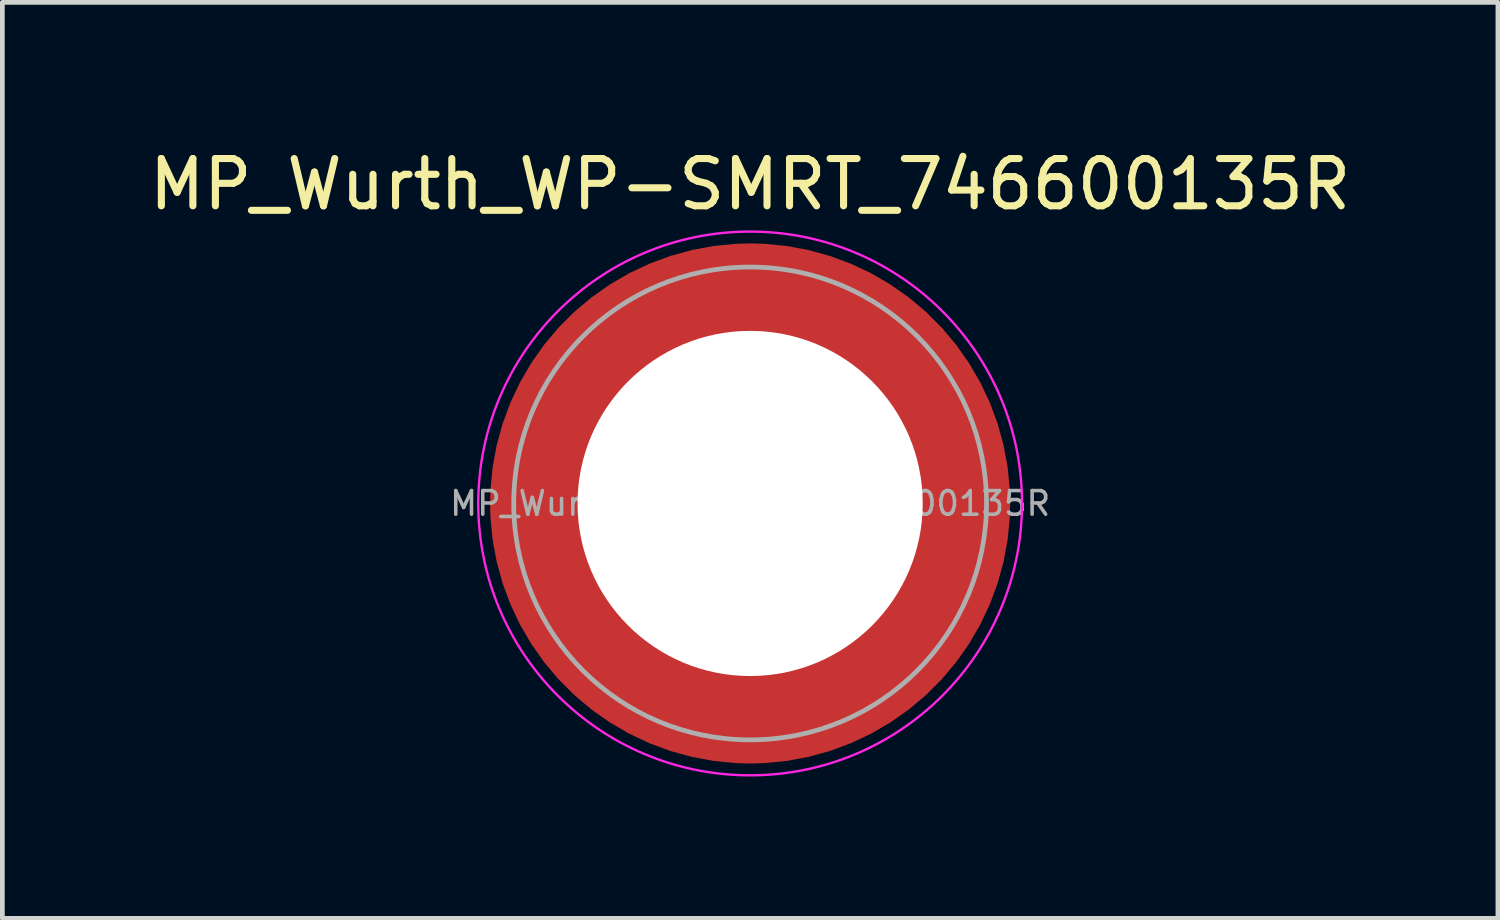
<source format=kicad_pcb>
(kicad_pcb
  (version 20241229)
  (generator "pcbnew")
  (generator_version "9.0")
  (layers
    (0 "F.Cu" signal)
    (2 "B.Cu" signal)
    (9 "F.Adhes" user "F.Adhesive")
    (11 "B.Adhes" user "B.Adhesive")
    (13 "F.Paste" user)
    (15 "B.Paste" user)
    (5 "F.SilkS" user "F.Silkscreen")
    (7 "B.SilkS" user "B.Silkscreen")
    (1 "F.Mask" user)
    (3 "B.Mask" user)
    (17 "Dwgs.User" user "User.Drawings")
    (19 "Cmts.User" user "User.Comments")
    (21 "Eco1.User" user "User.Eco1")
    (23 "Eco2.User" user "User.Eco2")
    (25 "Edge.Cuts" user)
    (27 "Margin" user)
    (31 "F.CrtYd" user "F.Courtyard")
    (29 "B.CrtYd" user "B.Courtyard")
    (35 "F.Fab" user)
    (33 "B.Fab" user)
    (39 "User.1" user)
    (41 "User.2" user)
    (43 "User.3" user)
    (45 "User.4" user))
  (footprint "MP_Wurth_WP-SMRT_746600135R"
    (layer "F.Cu")
    (at 12.815 7.598)
    (property "Reference" "MP_Wurth_WP-SMRT_746600135R" (at 0 -6.75 0) (unlocked yes) (layer "F.SilkS") (effects (font (size 1 1) (thickness 0.15))))
    (attr smd)
    (fp_poly (pts (xy -5.374 0.495) (xy -3.712 0.495) (xy -3.706 0.54) (xy -3.698 0.587) (xy -3.679 0.701) (xy -3.666 0.761) (xy -3.645 0.859) (xy -3.621 0.955) (xy -3.581 1.094) (xy -3.554 1.179) (xy -3.525 1.264) (xy -3.486 1.367) (xy -3.442 1.474) (xy -3.404 1.559) (xy -3.355 1.665) (xy -3.317 1.739) (xy -3.28 1.807) (xy -3.239 1.881) (xy -3.202 1.943) (xy -3.15 2.025) (xy -3.1 2.1) (xy -3.057 2.164) (xy -3.009 2.228) (xy -3.009 2.228) (xy -2.974 2.277) (xy -2.928 2.336) (xy -2.881 2.392) (xy -2.832 2.451) (xy -2.781 2.507) (xy -2.735 2.559) (xy -2.685 2.61) (xy -2.629 2.665) (xy -2.563 2.731) (xy -2.498 2.789) (xy -2.431 2.849) (xy -2.363 2.905) (xy -2.295 2.96) (xy -2.249 2.994) (xy -2.184 3.042) (xy -2.075 3.118) (xy -2.005 3.162) (xy -2.005 3.162) (xy -1.946 3.201) (xy -1.869 3.245) (xy -1.752 3.31) (xy -1.596 3.386) (xy -1.406 3.472) (xy -1.17 3.557) (xy -0.924 3.63) (xy -0.71 3.677) (xy -0.614 3.694) (xy -0.495 3.712) (xy -0.495 5.381) (xy -0.527 5.38) (xy -0.528 5.38) (xy -0.578 5.374) (xy -0.634 5.367) (xy -0.685 5.361) (xy -0.739 5.354) (xy -0.785 5.348) (xy -0.785 5.348) (xy -0.962 5.318) (xy -0.962 5.318) (xy -1.127 5.286) (xy -1.127 5.286) (xy -1.266 5.254) (xy -1.41 5.218) (xy -1.41 5.218) (xy -1.523 5.186) (xy -1.524 5.186) (xy -1.769 5.107) (xy -1.769 5.107) (xy -1.878 5.068) (xy -1.979 5.03) (xy -1.979 5.03) (xy -2.095 4.983) (xy -2.095 4.983) (xy -2.19 4.94) (xy -2.304 4.891) (xy -2.304 4.89) (xy -2.592 4.743) (xy -2.593 4.743) (xy -2.748 4.652) (xy -2.902 4.559) (xy -2.902 4.559) (xy -3.098 4.43) (xy -3.098 4.43) (xy -3.513 4.104) (xy -3.513 4.104) (xy -3.72 3.923) (xy -3.721 3.922) (xy -4.008 3.627) (xy -4.008 3.627) (xy -4.192 3.411) (xy -4.192 3.411) (xy -4.38 3.172) (xy -4.38 3.172) (xy -4.602 2.839) (xy -4.602 2.838) (xy -4.778 2.531) (xy -4.778 2.531) (xy -4.905 2.271) (xy -4.906 2.271) (xy -5.048 1.942) (xy -5.048 1.942) (xy -5.146 1.662) (xy -5.146 1.661) (xy -5.221 1.405) (xy -5.221 1.405) (xy -5.263 1.233) (xy -5.263 1.233) (xy -5.292 1.1) (xy -5.292 1.1) (xy -5.322 0.945) (xy -5.343 0.834) (xy -5.343 0.834) (xy -5.355 0.725) (xy -5.371 0.616) (xy -5.371 0.615) (xy -5.378 0.537) (xy -5.383 0.49)) (stroke (width 0) (type default)) (fill yes) (layer "F.Paste"))
    (fp_poly (pts (xy -0.495 -5.374) (xy -0.495 -3.712) (xy -0.54 -3.706) (xy -0.587 -3.698) (xy -0.701 -3.679) (xy -0.761 -3.666) (xy -0.859 -3.645) (xy -0.955 -3.621) (xy -1.094 -3.581) (xy -1.179 -3.554) (xy -1.264 -3.525) (xy -1.367 -3.486) (xy -1.474 -3.442) (xy -1.559 -3.404) (xy -1.665 -3.355) (xy -1.739 -3.317) (xy -1.807 -3.28) (xy -1.881 -3.239) (xy -1.943 -3.202) (xy -2.025 -3.15) (xy -2.1 -3.1) (xy -2.164 -3.057) (xy -2.228 -3.009) (xy -2.228 -3.009) (xy -2.277 -2.974) (xy -2.336 -2.928) (xy -2.392 -2.881) (xy -2.451 -2.832) (xy -2.507 -2.781) (xy -2.559 -2.735) (xy -2.61 -2.685) (xy -2.665 -2.629) (xy -2.731 -2.563) (xy -2.789 -2.498) (xy -2.849 -2.431) (xy -2.905 -2.363) (xy -2.96 -2.295) (xy -2.994 -2.249) (xy -3.042 -2.184) (xy -3.118 -2.075) (xy -3.162 -2.005) (xy -3.162 -2.005) (xy -3.201 -1.946) (xy -3.245 -1.869) (xy -3.31 -1.752) (xy -3.386 -1.596) (xy -3.472 -1.406) (xy -3.557 -1.17) (xy -3.63 -0.924) (xy -3.677 -0.71) (xy -3.694 -0.614) (xy -3.712 -0.495) (xy -5.381 -0.495) (xy -5.38 -0.527) (xy -5.38 -0.528) (xy -5.374 -0.578) (xy -5.367 -0.634) (xy -5.361 -0.685) (xy -5.354 -0.739) (xy -5.348 -0.785) (xy -5.348 -0.785) (xy -5.318 -0.962) (xy -5.318 -0.962) (xy -5.286 -1.127) (xy -5.286 -1.127) (xy -5.254 -1.266) (xy -5.218 -1.41) (xy -5.218 -1.41) (xy -5.186 -1.523) (xy -5.186 -1.524) (xy -5.107 -1.769) (xy -5.107 -1.769) (xy -5.068 -1.878) (xy -5.03 -1.979) (xy -5.03 -1.979) (xy -4.983 -2.095) (xy -4.983 -2.095) (xy -4.94 -2.19) (xy -4.891 -2.304) (xy -4.89 -2.304) (xy -4.743 -2.592) (xy -4.743 -2.593) (xy -4.652 -2.748) (xy -4.559 -2.902) (xy -4.559 -2.902) (xy -4.43 -3.098) (xy -4.43 -3.098) (xy -4.104 -3.513) (xy -4.104 -3.513) (xy -3.923 -3.72) (xy -3.922 -3.721) (xy -3.627 -4.008) (xy -3.627 -4.008) (xy -3.411 -4.192) (xy -3.411 -4.192) (xy -3.172 -4.38) (xy -3.172 -4.38) (xy -2.839 -4.602) (xy -2.838 -4.602) (xy -2.531 -4.778) (xy -2.531 -4.778) (xy -2.271 -4.905) (xy -2.271 -4.906) (xy -1.942 -5.048) (xy -1.942 -5.048) (xy -1.662 -5.146) (xy -1.661 -5.146) (xy -1.405 -5.221) (xy -1.405 -5.221) (xy -1.233 -5.263) (xy -1.233 -5.263) (xy -1.1 -5.292) (xy -1.1 -5.292) (xy -0.945 -5.322) (xy -0.834 -5.343) (xy -0.834 -5.343) (xy -0.725 -5.355) (xy -0.616 -5.371) (xy -0.615 -5.371) (xy -0.537 -5.378) (xy -0.49 -5.383)) (stroke (width 0) (type default)) (fill yes) (layer "F.Paste"))
    (fp_poly (pts (xy 0.527 -5.38) (xy 0.528 -5.38) (xy 0.578 -5.374) (xy 0.634 -5.367) (xy 0.685 -5.361) (xy 0.739 -5.354) (xy 0.785 -5.348) (xy 0.785 -5.348) (xy 0.962 -5.318) (xy 0.962 -5.318) (xy 1.127 -5.286) (xy 1.127 -5.286) (xy 1.266 -5.254) (xy 1.41 -5.218) (xy 1.41 -5.218) (xy 1.523 -5.186) (xy 1.524 -5.186) (xy 1.769 -5.107) (xy 1.769 -5.107) (xy 1.878 -5.068) (xy 1.979 -5.03) (xy 1.979 -5.03) (xy 2.095 -4.983) (xy 2.095 -4.983) (xy 2.19 -4.94) (xy 2.304 -4.891) (xy 2.304 -4.89) (xy 2.592 -4.743) (xy 2.593 -4.743) (xy 2.748 -4.652) (xy 2.902 -4.559) (xy 2.902 -4.559) (xy 3.098 -4.43) (xy 3.098 -4.43) (xy 3.513 -4.104) (xy 3.513 -4.104) (xy 3.72 -3.923) (xy 3.721 -3.922) (xy 4.008 -3.627) (xy 4.008 -3.627) (xy 4.192 -3.411) (xy 4.192 -3.411) (xy 4.38 -3.172) (xy 4.38 -3.172) (xy 4.602 -2.839) (xy 4.602 -2.838) (xy 4.778 -2.531) (xy 4.778 -2.531) (xy 4.905 -2.271) (xy 4.906 -2.271) (xy 5.048 -1.942) (xy 5.048 -1.942) (xy 5.146 -1.662) (xy 5.146 -1.661) (xy 5.221 -1.405) (xy 5.221 -1.405) (xy 5.263 -1.233) (xy 5.263 -1.233) (xy 5.292 -1.1) (xy 5.292 -1.1) (xy 5.322 -0.945) (xy 5.343 -0.834) (xy 5.343 -0.834) (xy 5.355 -0.725) (xy 5.371 -0.616) (xy 5.371 -0.615) (xy 5.378 -0.537) (xy 5.383 -0.49) (xy 5.374 -0.495) (xy 3.712 -0.495) (xy 3.706 -0.54) (xy 3.698 -0.587) (xy 3.679 -0.701) (xy 3.666 -0.761) (xy 3.645 -0.859) (xy 3.621 -0.955) (xy 3.581 -1.094) (xy 3.554 -1.179) (xy 3.525 -1.264) (xy 3.486 -1.367) (xy 3.442 -1.474) (xy 3.404 -1.559) (xy 3.355 -1.665) (xy 3.317 -1.739) (xy 3.28 -1.807) (xy 3.239 -1.881) (xy 3.202 -1.943) (xy 3.15 -2.025) (xy 3.1 -2.1) (xy 3.057 -2.164) (xy 3.009 -2.228) (xy 3.009 -2.228) (xy 2.974 -2.277) (xy 2.928 -2.336) (xy 2.881 -2.392) (xy 2.832 -2.451) (xy 2.781 -2.507) (xy 2.735 -2.559) (xy 2.685 -2.61) (xy 2.629 -2.665) (xy 2.563 -2.731) (xy 2.498 -2.789) (xy 2.431 -2.849) (xy 2.363 -2.905) (xy 2.295 -2.96) (xy 2.249 -2.994) (xy 2.184 -3.042) (xy 2.075 -3.118) (xy 2.005 -3.162) (xy 2.005 -3.162) (xy 1.946 -3.201) (xy 1.869 -3.245) (xy 1.752 -3.31) (xy 1.596 -3.386) (xy 1.406 -3.472) (xy 1.17 -3.557) (xy 0.924 -3.63) (xy 0.71 -3.677) (xy 0.614 -3.694) (xy 0.495 -3.712) (xy 0.495 -5.381)) (stroke (width 0) (type default)) (fill yes) (layer "F.Paste"))
    (fp_poly (pts (xy 5.38 0.527) (xy 5.38 0.528) (xy 5.374 0.578) (xy 5.367 0.634) (xy 5.361 0.685) (xy 5.354 0.739) (xy 5.348 0.785) (xy 5.348 0.785) (xy 5.318 0.962) (xy 5.318 0.962) (xy 5.286 1.127) (xy 5.286 1.127) (xy 5.254 1.266) (xy 5.218 1.41) (xy 5.218 1.41) (xy 5.186 1.523) (xy 5.186 1.524) (xy 5.107 1.769) (xy 5.107 1.769) (xy 5.068 1.878) (xy 5.03 1.979) (xy 5.03 1.979) (xy 4.983 2.095) (xy 4.983 2.095) (xy 4.94 2.19) (xy 4.891 2.304) (xy 4.89 2.304) (xy 4.743 2.592) (xy 4.743 2.593) (xy 4.652 2.748) (xy 4.559 2.902) (xy 4.559 2.902) (xy 4.43 3.098) (xy 4.43 3.098) (xy 4.104 3.513) (xy 4.104 3.513) (xy 3.923 3.72) (xy 3.922 3.721) (xy 3.627 4.008) (xy 3.627 4.008) (xy 3.411 4.192) (xy 3.411 4.192) (xy 3.172 4.38) (xy 3.172 4.38) (xy 2.839 4.602) (xy 2.838 4.602) (xy 2.531 4.778) (xy 2.531 4.778) (xy 2.271 4.905) (xy 2.271 4.906) (xy 1.942 5.048) (xy 1.942 5.048) (xy 1.662 5.146) (xy 1.661 5.146) (xy 1.405 5.221) (xy 1.405 5.221) (xy 1.233 5.263) (xy 1.233 5.263) (xy 1.1 5.292) (xy 1.1 5.292) (xy 0.945 5.322) (xy 0.834 5.343) (xy 0.834 5.343) (xy 0.725 5.355) (xy 0.616 5.371) (xy 0.615 5.371) (xy 0.537 5.378) (xy 0.49 5.383) (xy 0.495 5.374) (xy 0.495 3.712) (xy 0.54 3.706) (xy 0.587 3.698) (xy 0.701 3.679) (xy 0.761 3.666) (xy 0.859 3.645) (xy 0.955 3.621) (xy 1.094 3.581) (xy 1.179 3.554) (xy 1.264 3.525) (xy 1.367 3.486) (xy 1.474 3.442) (xy 1.559 3.404) (xy 1.665 3.355) (xy 1.739 3.317) (xy 1.807 3.28) (xy 1.881 3.239) (xy 1.943 3.202) (xy 2.025 3.15) (xy 2.1 3.1) (xy 2.164 3.057) (xy 2.228 3.009) (xy 2.228 3.009) (xy 2.277 2.974) (xy 2.336 2.928) (xy 2.392 2.881) (xy 2.451 2.832) (xy 2.507 2.781) (xy 2.559 2.735) (xy 2.61 2.685) (xy 2.665 2.629) (xy 2.731 2.563) (xy 2.789 2.498) (xy 2.849 2.431) (xy 2.905 2.363) (xy 2.96 2.295) (xy 2.994 2.249) (xy 3.042 2.184) (xy 3.118 2.075) (xy 3.162 2.005) (xy 3.162 2.005) (xy 3.201 1.946) (xy 3.245 1.869) (xy 3.31 1.752) (xy 3.386 1.596) (xy 3.472 1.406) (xy 3.557 1.17) (xy 3.63 0.924) (xy 3.677 0.71) (xy 3.694 0.614) (xy 3.712 0.495) (xy 5.381 0.495)) (stroke (width 0) (type default)) (fill yes) (layer "F.Paste"))
    (fp_circle (center 0 0) (end 5.75 0) (stroke (width 0.05) (type solid)) (fill no) (layer "F.CrtYd"))
    (fp_circle (center 0 0) (end 5 0) (stroke (width 0.1) (type solid)) (fill no) (layer "F.Fab"))
    (fp_text user "${REFERENCE}" (at 0 0 0) (unlocked yes) (layer "F.Fab") (effects (font (size 0.5 0.5) (thickness 0.075))))
    (pad "" np_thru_hole circle (at 0 0) (size 7.3 7.3) (drill 7.3) (layers "*.Cu" "*.Mask"))
    (pad "1" smd roundrect (at 0 0) (size 11 11) (layers "F.Cu" "F.Mask") (roundrect_rratio 0.5)))
  (gr_rect
    (start -3 -3)
    (end 28.631 16.373)
    (stroke (width 0.1) (type default))
    (fill no)
    (layer "Edge.Cuts")))
</source>
